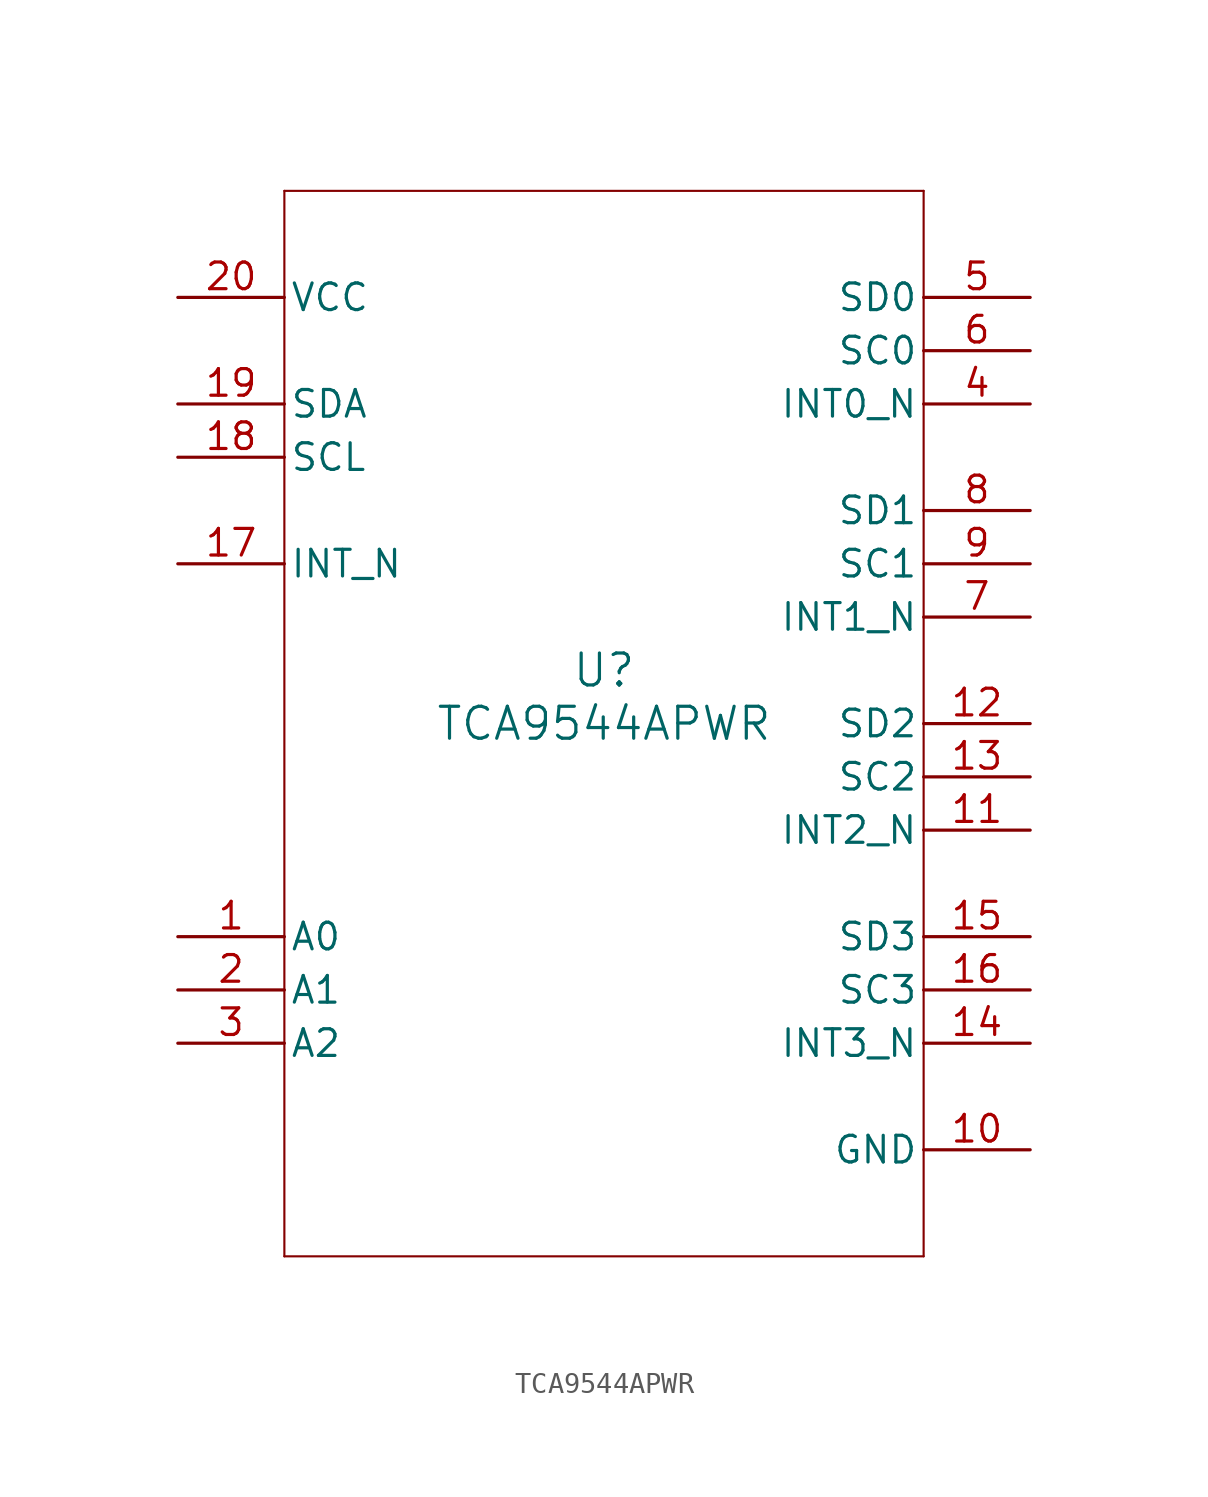
<source format=kicad_sym>
(kicad_symbol_lib
  (version 20211014)
  (generator kicad_symbol_editor)
  (symbol "TCA9544APWR"
    (pin_names
      (offset 0.254))
    (property "Reference" "U"
      (at 0 2.54 0)
      (effects (font (size 1.524 1.524))))
    (property "Value" "TCA9544APWR"
      (at 0 0 0)
      (effects (font (size 1.524 1.524))))
    (symbol "TCA9544APWR_0_1"
      (polyline (pts (xy -15.24 -25.4) (xy 15.24 -25.4)) (stroke (width 0.102) (type default) (color 0 0 0 0)) (fill (type none)))
      (polyline (pts (xy 15.24 -25.4) (xy 15.24 25.4)) (stroke (width 0.102) (type default) (color 0 0 0 0)) (fill (type none)))
      (polyline (pts (xy 15.24 25.4) (xy -15.24 25.4)) (stroke (width 0.102) (type default) (color 0 0 0 0)) (fill (type none)))
      (polyline (pts (xy -15.24 25.4) (xy -15.24 -25.4)) (stroke (width 0.102) (type default) (color 0 0 0 0)) (fill (type none)))
      (pin input line (at -20.32 -10.16 0) (length 5.08) (name "A0" (effects (font (size 1.27 1.27)))) (number "1" (effects (font (size 1.27 1.27)))))
      (pin input line (at -20.32 -12.7 0) (length 5.08) (name "A1" (effects (font (size 1.27 1.27)))) (number "2" (effects (font (size 1.27 1.27)))))
      (pin input line (at -20.32 -15.24 0) (length 5.08) (name "A2" (effects (font (size 1.27 1.27)))) (number "3" (effects (font (size 1.27 1.27)))))
      (pin input line (at 20.32 15.24 180) (length 5.08) (name "INT0_N" (effects (font (size 1.27 1.27)))) (number "4" (effects (font (size 1.27 1.27)))))
      (pin bidirectional line (at 20.32 20.32 180) (length 5.08) (name "SD0" (effects (font (size 1.27 1.27)))) (number "5" (effects (font (size 1.27 1.27)))))
      (pin output line (at 20.32 17.78 180) (length 5.08) (name "SC0" (effects (font (size 1.27 1.27)))) (number "6" (effects (font (size 1.27 1.27)))))
      (pin input line (at 20.32 5.08 180) (length 5.08) (name "INT1_N" (effects (font (size 1.27 1.27)))) (number "7" (effects (font (size 1.27 1.27)))))
      (pin bidirectional line (at 20.32 10.16 180) (length 5.08) (name "SD1" (effects (font (size 1.27 1.27)))) (number "8" (effects (font (size 1.27 1.27)))))
      (pin output line (at 20.32 7.62 180) (length 5.08) (name "SC1" (effects (font (size 1.27 1.27)))) (number "9" (effects (font (size 1.27 1.27)))))
      (pin power_in line (at 20.32 -20.32 180) (length 5.08) (name "GND" (effects (font (size 1.27 1.27)))) (number "10" (effects (font (size 1.27 1.27)))))
      (pin input line (at 20.32 -5.08 180) (length 5.08) (name "INT2_N" (effects (font (size 1.27 1.27)))) (number "11" (effects (font (size 1.27 1.27)))))
      (pin bidirectional line (at 20.32 0 180) (length 5.08) (name "SD2" (effects (font (size 1.27 1.27)))) (number "12" (effects (font (size 1.27 1.27)))))
      (pin output line (at 20.32 -2.54 180) (length 5.08) (name "SC2" (effects (font (size 1.27 1.27)))) (number "13" (effects (font (size 1.27 1.27)))))
      (pin input line (at 20.32 -15.24 180) (length 5.08) (name "INT3_N" (effects (font (size 1.27 1.27)))) (number "14" (effects (font (size 1.27 1.27)))))
      (pin bidirectional line (at 20.32 -10.16 180) (length 5.08) (name "SD3" (effects (font (size 1.27 1.27)))) (number "15" (effects (font (size 1.27 1.27)))))
      (pin output line (at 20.32 -12.7 180) (length 5.08) (name "SC3" (effects (font (size 1.27 1.27)))) (number "16" (effects (font (size 1.27 1.27)))))
      (pin output line (at -20.32 7.62 0) (length 5.08) (name "INT_N" (effects (font (size 1.27 1.27)))) (number "17" (effects (font (size 1.27 1.27)))))
      (pin input line (at -20.32 12.7 0) (length 5.08) (name "SCL" (effects (font (size 1.27 1.27)))) (number "18" (effects (font (size 1.27 1.27)))))
      (pin input line (at -20.32 15.24 0) (length 5.08) (name "SDA" (effects (font (size 1.27 1.27)))) (number "19" (effects (font (size 1.27 1.27)))))
      (pin power_in line (at -20.32 20.32 0) (length 5.08) (name "VCC" (effects (font (size 1.27 1.27)))) (number "20" (effects (font (size 1.27 1.27))))))))
</source>
